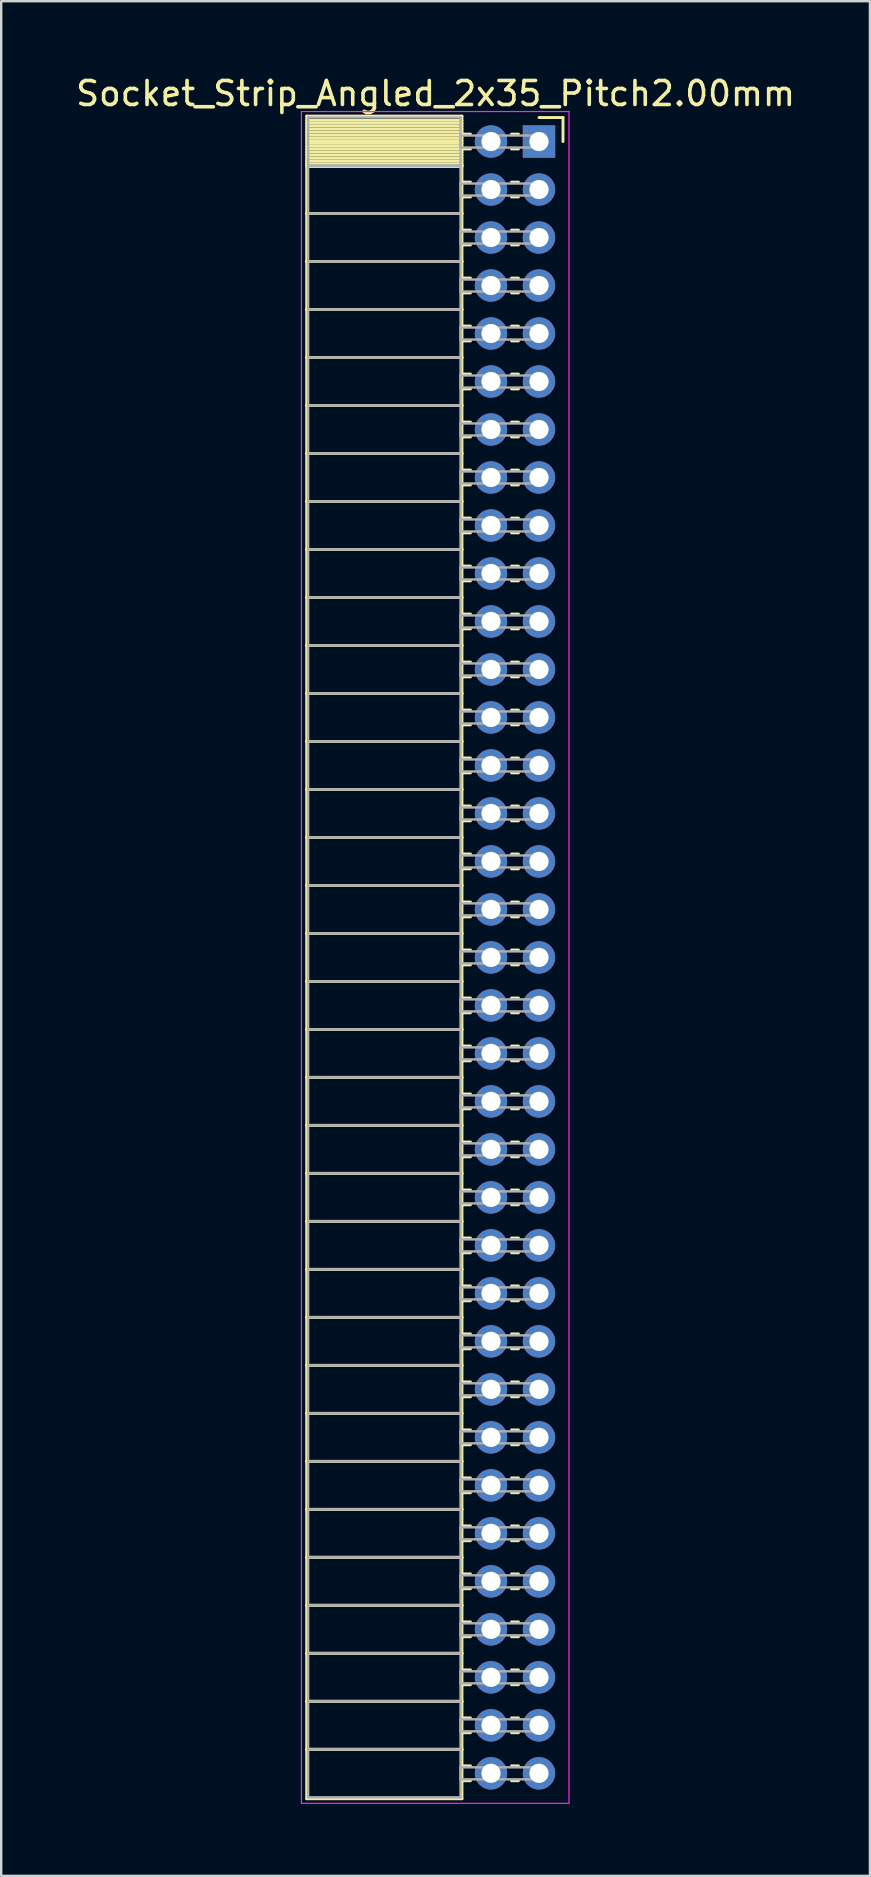
<source format=kicad_pcb>
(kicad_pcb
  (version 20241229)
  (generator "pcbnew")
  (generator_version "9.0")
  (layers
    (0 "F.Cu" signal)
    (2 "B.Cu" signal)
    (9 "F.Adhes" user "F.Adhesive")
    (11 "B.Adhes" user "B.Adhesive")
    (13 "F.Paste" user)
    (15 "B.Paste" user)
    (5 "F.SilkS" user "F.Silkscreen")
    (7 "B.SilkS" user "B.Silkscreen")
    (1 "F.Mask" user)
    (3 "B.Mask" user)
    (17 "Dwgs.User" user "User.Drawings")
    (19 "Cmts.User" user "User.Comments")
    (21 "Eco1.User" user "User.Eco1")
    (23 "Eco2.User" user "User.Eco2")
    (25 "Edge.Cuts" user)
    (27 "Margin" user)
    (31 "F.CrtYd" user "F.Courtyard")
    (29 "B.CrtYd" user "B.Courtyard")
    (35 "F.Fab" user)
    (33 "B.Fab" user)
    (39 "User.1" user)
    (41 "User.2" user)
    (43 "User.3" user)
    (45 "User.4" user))
  (footprint "Socket_Strip_Angled_2x35_Pitch2.00mm"
    (layer "F.Cu")
    (at 19.411 2.848)
    (property "Reference" "Socket_Strip_Angled_2x35_Pitch2.00mm" (at -4.31 -2 0) (layer "F.SilkS") (effects (font (size 1 1) (thickness 0.15))))
    (attr through_hole)
    (fp_line (start -9.68 -1.06) (end -3.21 -1.06) (stroke (width 0.12) (type solid)) (layer "F.SilkS"))
    (fp_line (start -9.68 1) (end -9.68 -1.06) (stroke (width 0.12) (type solid)) (layer "F.SilkS"))
    (fp_line (start -9.68 1) (end -3.21 1) (stroke (width 0.12) (type solid)) (layer "F.SilkS"))
    (fp_line (start -9.68 3) (end -9.68 1) (stroke (width 0.12) (type solid)) (layer "F.SilkS"))
    (fp_line (start -9.68 3) (end -3.21 3) (stroke (width 0.12) (type solid)) (layer "F.SilkS"))
    (fp_line (start -9.68 5) (end -9.68 3) (stroke (width 0.12) (type solid)) (layer "F.SilkS"))
    (fp_line (start -9.68 5) (end -3.21 5) (stroke (width 0.12) (type solid)) (layer "F.SilkS"))
    (fp_line (start -9.68 7) (end -9.68 5) (stroke (width 0.12) (type solid)) (layer "F.SilkS"))
    (fp_line (start -9.68 7) (end -3.21 7) (stroke (width 0.12) (type solid)) (layer "F.SilkS"))
    (fp_line (start -9.68 9) (end -9.68 7) (stroke (width 0.12) (type solid)) (layer "F.SilkS"))
    (fp_line (start -9.68 9) (end -3.21 9) (stroke (width 0.12) (type solid)) (layer "F.SilkS"))
    (fp_line (start -9.68 11) (end -9.68 9) (stroke (width 0.12) (type solid)) (layer "F.SilkS"))
    (fp_line (start -9.68 11) (end -3.21 11) (stroke (width 0.12) (type solid)) (layer "F.SilkS"))
    (fp_line (start -9.68 13) (end -9.68 11) (stroke (width 0.12) (type solid)) (layer "F.SilkS"))
    (fp_line (start -9.68 13) (end -3.21 13) (stroke (width 0.12) (type solid)) (layer "F.SilkS"))
    (fp_line (start -9.68 15) (end -9.68 13) (stroke (width 0.12) (type solid)) (layer "F.SilkS"))
    (fp_line (start -9.68 15) (end -3.21 15) (stroke (width 0.12) (type solid)) (layer "F.SilkS"))
    (fp_line (start -9.68 17) (end -9.68 15) (stroke (width 0.12) (type solid)) (layer "F.SilkS"))
    (fp_line (start -9.68 17) (end -3.21 17) (stroke (width 0.12) (type solid)) (layer "F.SilkS"))
    (fp_line (start -9.68 19) (end -9.68 17) (stroke (width 0.12) (type solid)) (layer "F.SilkS"))
    (fp_line (start -9.68 19) (end -3.21 19) (stroke (width 0.12) (type solid)) (layer "F.SilkS"))
    (fp_line (start -9.68 21) (end -9.68 19) (stroke (width 0.12) (type solid)) (layer "F.SilkS"))
    (fp_line (start -9.68 21) (end -3.21 21) (stroke (width 0.12) (type solid)) (layer "F.SilkS"))
    (fp_line (start -9.68 23) (end -9.68 21) (stroke (width 0.12) (type solid)) (layer "F.SilkS"))
    (fp_line (start -9.68 23) (end -3.21 23) (stroke (width 0.12) (type solid)) (layer "F.SilkS"))
    (fp_line (start -9.68 25) (end -9.68 23) (stroke (width 0.12) (type solid)) (layer "F.SilkS"))
    (fp_line (start -9.68 25) (end -3.21 25) (stroke (width 0.12) (type solid)) (layer "F.SilkS"))
    (fp_line (start -9.68 27) (end -9.68 25) (stroke (width 0.12) (type solid)) (layer "F.SilkS"))
    (fp_line (start -9.68 27) (end -3.21 27) (stroke (width 0.12) (type solid)) (layer "F.SilkS"))
    (fp_line (start -9.68 29) (end -9.68 27) (stroke (width 0.12) (type solid)) (layer "F.SilkS"))
    (fp_line (start -9.68 29) (end -3.21 29) (stroke (width 0.12) (type solid)) (layer "F.SilkS"))
    (fp_line (start -9.68 31) (end -9.68 29) (stroke (width 0.12) (type solid)) (layer "F.SilkS"))
    (fp_line (start -9.68 31) (end -3.21 31) (stroke (width 0.12) (type solid)) (layer "F.SilkS"))
    (fp_line (start -9.68 33) (end -9.68 31) (stroke (width 0.12) (type solid)) (layer "F.SilkS"))
    (fp_line (start -9.68 33) (end -3.21 33) (stroke (width 0.12) (type solid)) (layer "F.SilkS"))
    (fp_line (start -9.68 35) (end -9.68 33) (stroke (width 0.12) (type solid)) (layer "F.SilkS"))
    (fp_line (start -9.68 35) (end -3.21 35) (stroke (width 0.12) (type solid)) (layer "F.SilkS"))
    (fp_line (start -9.68 37) (end -9.68 35) (stroke (width 0.12) (type solid)) (layer "F.SilkS"))
    (fp_line (start -9.68 37) (end -3.21 37) (stroke (width 0.12) (type solid)) (layer "F.SilkS"))
    (fp_line (start -9.68 39) (end -9.68 37) (stroke (width 0.12) (type solid)) (layer "F.SilkS"))
    (fp_line (start -9.68 39) (end -3.21 39) (stroke (width 0.12) (type solid)) (layer "F.SilkS"))
    (fp_line (start -9.68 41) (end -9.68 39) (stroke (width 0.12) (type solid)) (layer "F.SilkS"))
    (fp_line (start -9.68 41) (end -3.21 41) (stroke (width 0.12) (type solid)) (layer "F.SilkS"))
    (fp_line (start -9.68 43) (end -9.68 41) (stroke (width 0.12) (type solid)) (layer "F.SilkS"))
    (fp_line (start -9.68 43) (end -3.21 43) (stroke (width 0.12) (type solid)) (layer "F.SilkS"))
    (fp_line (start -9.68 45) (end -9.68 43) (stroke (width 0.12) (type solid)) (layer "F.SilkS"))
    (fp_line (start -9.68 45) (end -3.21 45) (stroke (width 0.12) (type solid)) (layer "F.SilkS"))
    (fp_line (start -9.68 47) (end -9.68 45) (stroke (width 0.12) (type solid)) (layer "F.SilkS"))
    (fp_line (start -9.68 47) (end -3.21 47) (stroke (width 0.12) (type solid)) (layer "F.SilkS"))
    (fp_line (start -9.68 49) (end -9.68 47) (stroke (width 0.12) (type solid)) (layer "F.SilkS"))
    (fp_line (start -9.68 49) (end -3.21 49) (stroke (width 0.12) (type solid)) (layer "F.SilkS"))
    (fp_line (start -9.68 51) (end -9.68 49) (stroke (width 0.12) (type solid)) (layer "F.SilkS"))
    (fp_line (start -9.68 51) (end -3.21 51) (stroke (width 0.12) (type solid)) (layer "F.SilkS"))
    (fp_line (start -9.68 53) (end -9.68 51) (stroke (width 0.12) (type solid)) (layer "F.SilkS"))
    (fp_line (start -9.68 53) (end -3.21 53) (stroke (width 0.12) (type solid)) (layer "F.SilkS"))
    (fp_line (start -9.68 55) (end -9.68 53) (stroke (width 0.12) (type solid)) (layer "F.SilkS"))
    (fp_line (start -9.68 55) (end -3.21 55) (stroke (width 0.12) (type solid)) (layer "F.SilkS"))
    (fp_line (start -9.68 57) (end -9.68 55) (stroke (width 0.12) (type solid)) (layer "F.SilkS"))
    (fp_line (start -9.68 57) (end -3.21 57) (stroke (width 0.12) (type solid)) (layer "F.SilkS"))
    (fp_line (start -9.68 59) (end -9.68 57) (stroke (width 0.12) (type solid)) (layer "F.SilkS"))
    (fp_line (start -9.68 59) (end -3.21 59) (stroke (width 0.12) (type solid)) (layer "F.SilkS"))
    (fp_line (start -9.68 61) (end -9.68 59) (stroke (width 0.12) (type solid)) (layer "F.SilkS"))
    (fp_line (start -9.68 61) (end -3.21 61) (stroke (width 0.12) (type solid)) (layer "F.SilkS"))
    (fp_line (start -9.68 63) (end -9.68 61) (stroke (width 0.12) (type solid)) (layer "F.SilkS"))
    (fp_line (start -9.68 63) (end -3.21 63) (stroke (width 0.12) (type solid)) (layer "F.SilkS"))
    (fp_line (start -9.68 65) (end -9.68 63) (stroke (width 0.12) (type solid)) (layer "F.SilkS"))
    (fp_line (start -9.68 65) (end -3.21 65) (stroke (width 0.12) (type solid)) (layer "F.SilkS"))
    (fp_line (start -9.68 67) (end -9.68 65) (stroke (width 0.12) (type solid)) (layer "F.SilkS"))
    (fp_line (start -9.68 67) (end -3.21 67) (stroke (width 0.12) (type solid)) (layer "F.SilkS"))
    (fp_line (start -9.68 69.06) (end -9.68 67) (stroke (width 0.12) (type solid)) (layer "F.SilkS"))
    (fp_line (start -3.21 -1.06) (end -3.21 1) (stroke (width 0.12) (type solid)) (layer "F.SilkS"))
    (fp_line (start -3.21 -0.88) (end -9.68 -0.88) (stroke (width 0.12) (type solid)) (layer "F.SilkS"))
    (fp_line (start -3.21 -0.76) (end -9.68 -0.76) (stroke (width 0.12) (type solid)) (layer "F.SilkS"))
    (fp_line (start -3.21 -0.64) (end -9.68 -0.64) (stroke (width 0.12) (type solid)) (layer "F.SilkS"))
    (fp_line (start -3.21 -0.52) (end -9.68 -0.52) (stroke (width 0.12) (type solid)) (layer "F.SilkS"))
    (fp_line (start -3.21 -0.4) (end -9.68 -0.4) (stroke (width 0.12) (type solid)) (layer "F.SilkS"))
    (fp_line (start -3.21 -0.28) (end -9.68 -0.28) (stroke (width 0.12) (type solid)) (layer "F.SilkS"))
    (fp_line (start -3.21 -0.16) (end -9.68 -0.16) (stroke (width 0.12) (type solid)) (layer "F.SilkS"))
    (fp_line (start -3.21 -0.04) (end -9.68 -0.04) (stroke (width 0.12) (type solid)) (layer "F.SilkS"))
    (fp_line (start -3.21 0.08) (end -9.68 0.08) (stroke (width 0.12) (type solid)) (layer "F.SilkS"))
    (fp_line (start -3.21 0.2) (end -9.68 0.2) (stroke (width 0.12) (type solid)) (layer "F.SilkS"))
    (fp_line (start -3.21 0.32) (end -9.68 0.32) (stroke (width 0.12) (type solid)) (layer "F.SilkS"))
    (fp_line (start -3.21 0.44) (end -9.68 0.44) (stroke (width 0.12) (type solid)) (layer "F.SilkS"))
    (fp_line (start -3.21 0.56) (end -9.68 0.56) (stroke (width 0.12) (type solid)) (layer "F.SilkS"))
    (fp_line (start -3.21 0.68) (end -9.68 0.68) (stroke (width 0.12) (type solid)) (layer "F.SilkS"))
    (fp_line (start -3.21 0.8) (end -9.68 0.8) (stroke (width 0.12) (type solid)) (layer "F.SilkS"))
    (fp_line (start -3.21 0.92) (end -9.68 0.92) (stroke (width 0.12) (type solid)) (layer "F.SilkS"))
    (fp_line (start -3.21 1) (end -9.68 1) (stroke (width 0.12) (type solid)) (layer "F.SilkS"))
    (fp_line (start -3.21 1) (end -3.21 3) (stroke (width 0.12) (type solid)) (layer "F.SilkS"))
    (fp_line (start -3.21 1.04) (end -9.68 1.04) (stroke (width 0.12) (type solid)) (layer "F.SilkS"))
    (fp_line (start -3.21 3) (end -9.68 3) (stroke (width 0.12) (type solid)) (layer "F.SilkS"))
    (fp_line (start -3.21 3) (end -3.21 5) (stroke (width 0.12) (type solid)) (layer "F.SilkS"))
    (fp_line (start -3.21 5) (end -9.68 5) (stroke (width 0.12) (type solid)) (layer "F.SilkS"))
    (fp_line (start -3.21 5) (end -3.21 7) (stroke (width 0.12) (type solid)) (layer "F.SilkS"))
    (fp_line (start -3.21 7) (end -9.68 7) (stroke (width 0.12) (type solid)) (layer "F.SilkS"))
    (fp_line (start -3.21 7) (end -3.21 9) (stroke (width 0.12) (type solid)) (layer "F.SilkS"))
    (fp_line (start -3.21 9) (end -9.68 9) (stroke (width 0.12) (type solid)) (layer "F.SilkS"))
    (fp_line (start -3.21 9) (end -3.21 11) (stroke (width 0.12) (type solid)) (layer "F.SilkS"))
    (fp_line (start -3.21 11) (end -9.68 11) (stroke (width 0.12) (type solid)) (layer "F.SilkS"))
    (fp_line (start -3.21 11) (end -3.21 13) (stroke (width 0.12) (type solid)) (layer "F.SilkS"))
    (fp_line (start -3.21 13) (end -9.68 13) (stroke (width 0.12) (type solid)) (layer "F.SilkS"))
    (fp_line (start -3.21 13) (end -3.21 15) (stroke (width 0.12) (type solid)) (layer "F.SilkS"))
    (fp_line (start -3.21 15) (end -9.68 15) (stroke (width 0.12) (type solid)) (layer "F.SilkS"))
    (fp_line (start -3.21 15) (end -3.21 17) (stroke (width 0.12) (type solid)) (layer "F.SilkS"))
    (fp_line (start -3.21 17) (end -9.68 17) (stroke (width 0.12) (type solid)) (layer "F.SilkS"))
    (fp_line (start -3.21 17) (end -3.21 19) (stroke (width 0.12) (type solid)) (layer "F.SilkS"))
    (fp_line (start -3.21 19) (end -9.68 19) (stroke (width 0.12) (type solid)) (layer "F.SilkS"))
    (fp_line (start -3.21 19) (end -3.21 21) (stroke (width 0.12) (type solid)) (layer "F.SilkS"))
    (fp_line (start -3.21 21) (end -9.68 21) (stroke (width 0.12) (type solid)) (layer "F.SilkS"))
    (fp_line (start -3.21 21) (end -3.21 23) (stroke (width 0.12) (type solid)) (layer "F.SilkS"))
    (fp_line (start -3.21 23) (end -9.68 23) (stroke (width 0.12) (type solid)) (layer "F.SilkS"))
    (fp_line (start -3.21 23) (end -3.21 25) (stroke (width 0.12) (type solid)) (layer "F.SilkS"))
    (fp_line (start -3.21 25) (end -9.68 25) (stroke (width 0.12) (type solid)) (layer "F.SilkS"))
    (fp_line (start -3.21 25) (end -3.21 27) (stroke (width 0.12) (type solid)) (layer "F.SilkS"))
    (fp_line (start -3.21 27) (end -9.68 27) (stroke (width 0.12) (type solid)) (layer "F.SilkS"))
    (fp_line (start -3.21 27) (end -3.21 29) (stroke (width 0.12) (type solid)) (layer "F.SilkS"))
    (fp_line (start -3.21 29) (end -9.68 29) (stroke (width 0.12) (type solid)) (layer "F.SilkS"))
    (fp_line (start -3.21 29) (end -3.21 31) (stroke (width 0.12) (type solid)) (layer "F.SilkS"))
    (fp_line (start -3.21 31) (end -9.68 31) (stroke (width 0.12) (type solid)) (layer "F.SilkS"))
    (fp_line (start -3.21 31) (end -3.21 33) (stroke (width 0.12) (type solid)) (layer "F.SilkS"))
    (fp_line (start -3.21 33) (end -9.68 33) (stroke (width 0.12) (type solid)) (layer "F.SilkS"))
    (fp_line (start -3.21 33) (end -3.21 35) (stroke (width 0.12) (type solid)) (layer "F.SilkS"))
    (fp_line (start -3.21 35) (end -9.68 35) (stroke (width 0.12) (type solid)) (layer "F.SilkS"))
    (fp_line (start -3.21 35) (end -3.21 37) (stroke (width 0.12) (type solid)) (layer "F.SilkS"))
    (fp_line (start -3.21 37) (end -9.68 37) (stroke (width 0.12) (type solid)) (layer "F.SilkS"))
    (fp_line (start -3.21 37) (end -3.21 39) (stroke (width 0.12) (type solid)) (layer "F.SilkS"))
    (fp_line (start -3.21 39) (end -9.68 39) (stroke (width 0.12) (type solid)) (layer "F.SilkS"))
    (fp_line (start -3.21 39) (end -3.21 41) (stroke (width 0.12) (type solid)) (layer "F.SilkS"))
    (fp_line (start -3.21 41) (end -9.68 41) (stroke (width 0.12) (type solid)) (layer "F.SilkS"))
    (fp_line (start -3.21 41) (end -3.21 43) (stroke (width 0.12) (type solid)) (layer "F.SilkS"))
    (fp_line (start -3.21 43) (end -9.68 43) (stroke (width 0.12) (type solid)) (layer "F.SilkS"))
    (fp_line (start -3.21 43) (end -3.21 45) (stroke (width 0.12) (type solid)) (layer "F.SilkS"))
    (fp_line (start -3.21 45) (end -9.68 45) (stroke (width 0.12) (type solid)) (layer "F.SilkS"))
    (fp_line (start -3.21 45) (end -3.21 47) (stroke (width 0.12) (type solid)) (layer "F.SilkS"))
    (fp_line (start -3.21 47) (end -9.68 47) (stroke (width 0.12) (type solid)) (layer "F.SilkS"))
    (fp_line (start -3.21 47) (end -3.21 49) (stroke (width 0.12) (type solid)) (layer "F.SilkS"))
    (fp_line (start -3.21 49) (end -9.68 49) (stroke (width 0.12) (type solid)) (layer "F.SilkS"))
    (fp_line (start -3.21 49) (end -3.21 51) (stroke (width 0.12) (type solid)) (layer "F.SilkS"))
    (fp_line (start -3.21 51) (end -9.68 51) (stroke (width 0.12) (type solid)) (layer "F.SilkS"))
    (fp_line (start -3.21 51) (end -3.21 53) (stroke (width 0.12) (type solid)) (layer "F.SilkS"))
    (fp_line (start -3.21 53) (end -9.68 53) (stroke (width 0.12) (type solid)) (layer "F.SilkS"))
    (fp_line (start -3.21 53) (end -3.21 55) (stroke (width 0.12) (type solid)) (layer "F.SilkS"))
    (fp_line (start -3.21 55) (end -9.68 55) (stroke (width 0.12) (type solid)) (layer "F.SilkS"))
    (fp_line (start -3.21 55) (end -3.21 57) (stroke (width 0.12) (type solid)) (layer "F.SilkS"))
    (fp_line (start -3.21 57) (end -9.68 57) (stroke (width 0.12) (type solid)) (layer "F.SilkS"))
    (fp_line (start -3.21 57) (end -3.21 59) (stroke (width 0.12) (type solid)) (layer "F.SilkS"))
    (fp_line (start -3.21 59) (end -9.68 59) (stroke (width 0.12) (type solid)) (layer "F.SilkS"))
    (fp_line (start -3.21 59) (end -3.21 61) (stroke (width 0.12) (type solid)) (layer "F.SilkS"))
    (fp_line (start -3.21 61) (end -9.68 61) (stroke (width 0.12) (type solid)) (layer "F.SilkS"))
    (fp_line (start -3.21 61) (end -3.21 63) (stroke (width 0.12) (type solid)) (layer "F.SilkS"))
    (fp_line (start -3.21 63) (end -9.68 63) (stroke (width 0.12) (type solid)) (layer "F.SilkS"))
    (fp_line (start -3.21 63) (end -3.21 65) (stroke (width 0.12) (type solid)) (layer "F.SilkS"))
    (fp_line (start -3.21 65) (end -9.68 65) (stroke (width 0.12) (type solid)) (layer "F.SilkS"))
    (fp_line (start -3.21 65) (end -3.21 67) (stroke (width 0.12) (type solid)) (layer "F.SilkS"))
    (fp_line (start -3.21 67) (end -9.68 67) (stroke (width 0.12) (type solid)) (layer "F.SilkS"))
    (fp_line (start -3.21 67) (end -3.21 69.06) (stroke (width 0.12) (type solid)) (layer "F.SilkS"))
    (fp_line (start -3.21 69.06) (end -9.68 69.06) (stroke (width 0.12) (type solid)) (layer "F.SilkS"))
    (fp_line (start -2.855 -0.31) (end -3.21 -0.31) (stroke (width 0.12) (type solid)) (layer "F.SilkS"))
    (fp_line (start -2.855 0.31) (end -3.21 0.31) (stroke (width 0.12) (type solid)) (layer "F.SilkS"))
    (fp_line (start -2.855 1.69) (end -3.21 1.69) (stroke (width 0.12) (type solid)) (layer "F.SilkS"))
    (fp_line (start -2.855 2.31) (end -3.21 2.31) (stroke (width 0.12) (type solid)) (layer "F.SilkS"))
    (fp_line (start -2.855 3.69) (end -3.21 3.69) (stroke (width 0.12) (type solid)) (layer "F.SilkS"))
    (fp_line (start -2.855 4.31) (end -3.21 4.31) (stroke (width 0.12) (type solid)) (layer "F.SilkS"))
    (fp_line (start -2.855 5.69) (end -3.21 5.69) (stroke (width 0.12) (type solid)) (layer "F.SilkS"))
    (fp_line (start -2.855 6.31) (end -3.21 6.31) (stroke (width 0.12) (type solid)) (layer "F.SilkS"))
    (fp_line (start -2.855 7.69) (end -3.21 7.69) (stroke (width 0.12) (type solid)) (layer "F.SilkS"))
    (fp_line (start -2.855 8.31) (end -3.21 8.31) (stroke (width 0.12) (type solid)) (layer "F.SilkS"))
    (fp_line (start -2.855 9.69) (end -3.21 9.69) (stroke (width 0.12) (type solid)) (layer "F.SilkS"))
    (fp_line (start -2.855 10.31) (end -3.21 10.31) (stroke (width 0.12) (type solid)) (layer "F.SilkS"))
    (fp_line (start -2.855 11.69) (end -3.21 11.69) (stroke (width 0.12) (type solid)) (layer "F.SilkS"))
    (fp_line (start -2.855 12.31) (end -3.21 12.31) (stroke (width 0.12) (type solid)) (layer "F.SilkS"))
    (fp_line (start -2.855 13.69) (end -3.21 13.69) (stroke (width 0.12) (type solid)) (layer "F.SilkS"))
    (fp_line (start -2.855 14.31) (end -3.21 14.31) (stroke (width 0.12) (type solid)) (layer "F.SilkS"))
    (fp_line (start -2.855 15.69) (end -3.21 15.69) (stroke (width 0.12) (type solid)) (layer "F.SilkS"))
    (fp_line (start -2.855 16.31) (end -3.21 16.31) (stroke (width 0.12) (type solid)) (layer "F.SilkS"))
    (fp_line (start -2.855 17.69) (end -3.21 17.69) (stroke (width 0.12) (type solid)) (layer "F.SilkS"))
    (fp_line (start -2.855 18.31) (end -3.21 18.31) (stroke (width 0.12) (type solid)) (layer "F.SilkS"))
    (fp_line (start -2.855 19.69) (end -3.21 19.69) (stroke (width 0.12) (type solid)) (layer "F.SilkS"))
    (fp_line (start -2.855 20.31) (end -3.21 20.31) (stroke (width 0.12) (type solid)) (layer "F.SilkS"))
    (fp_line (start -2.855 21.69) (end -3.21 21.69) (stroke (width 0.12) (type solid)) (layer "F.SilkS"))
    (fp_line (start -2.855 22.31) (end -3.21 22.31) (stroke (width 0.12) (type solid)) (layer "F.SilkS"))
    (fp_line (start -2.855 23.69) (end -3.21 23.69) (stroke (width 0.12) (type solid)) (layer "F.SilkS"))
    (fp_line (start -2.855 24.31) (end -3.21 24.31) (stroke (width 0.12) (type solid)) (layer "F.SilkS"))
    (fp_line (start -2.855 25.69) (end -3.21 25.69) (stroke (width 0.12) (type solid)) (layer "F.SilkS"))
    (fp_line (start -2.855 26.31) (end -3.21 26.31) (stroke (width 0.12) (type solid)) (layer "F.SilkS"))
    (fp_line (start -2.855 27.69) (end -3.21 27.69) (stroke (width 0.12) (type solid)) (layer "F.SilkS"))
    (fp_line (start -2.855 28.31) (end -3.21 28.31) (stroke (width 0.12) (type solid)) (layer "F.SilkS"))
    (fp_line (start -2.855 29.69) (end -3.21 29.69) (stroke (width 0.12) (type solid)) (layer "F.SilkS"))
    (fp_line (start -2.855 30.31) (end -3.21 30.31) (stroke (width 0.12) (type solid)) (layer "F.SilkS"))
    (fp_line (start -2.855 31.69) (end -3.21 31.69) (stroke (width 0.12) (type solid)) (layer "F.SilkS"))
    (fp_line (start -2.855 32.31) (end -3.21 32.31) (stroke (width 0.12) (type solid)) (layer "F.SilkS"))
    (fp_line (start -2.855 33.69) (end -3.21 33.69) (stroke (width 0.12) (type solid)) (layer "F.SilkS"))
    (fp_line (start -2.855 34.31) (end -3.21 34.31) (stroke (width 0.12) (type solid)) (layer "F.SilkS"))
    (fp_line (start -2.855 35.69) (end -3.21 35.69) (stroke (width 0.12) (type solid)) (layer "F.SilkS"))
    (fp_line (start -2.855 36.31) (end -3.21 36.31) (stroke (width 0.12) (type solid)) (layer "F.SilkS"))
    (fp_line (start -2.855 37.69) (end -3.21 37.69) (stroke (width 0.12) (type solid)) (layer "F.SilkS"))
    (fp_line (start -2.855 38.31) (end -3.21 38.31) (stroke (width 0.12) (type solid)) (layer "F.SilkS"))
    (fp_line (start -2.855 39.69) (end -3.21 39.69) (stroke (width 0.12) (type solid)) (layer "F.SilkS"))
    (fp_line (start -2.855 40.31) (end -3.21 40.31) (stroke (width 0.12) (type solid)) (layer "F.SilkS"))
    (fp_line (start -2.855 41.69) (end -3.21 41.69) (stroke (width 0.12) (type solid)) (layer "F.SilkS"))
    (fp_line (start -2.855 42.31) (end -3.21 42.31) (stroke (width 0.12) (type solid)) (layer "F.SilkS"))
    (fp_line (start -2.855 43.69) (end -3.21 43.69) (stroke (width 0.12) (type solid)) (layer "F.SilkS"))
    (fp_line (start -2.855 44.31) (end -3.21 44.31) (stroke (width 0.12) (type solid)) (layer "F.SilkS"))
    (fp_line (start -2.855 45.69) (end -3.21 45.69) (stroke (width 0.12) (type solid)) (layer "F.SilkS"))
    (fp_line (start -2.855 46.31) (end -3.21 46.31) (stroke (width 0.12) (type solid)) (layer "F.SilkS"))
    (fp_line (start -2.855 47.69) (end -3.21 47.69) (stroke (width 0.12) (type solid)) (layer "F.SilkS"))
    (fp_line (start -2.855 48.31) (end -3.21 48.31) (stroke (width 0.12) (type solid)) (layer "F.SilkS"))
    (fp_line (start -2.855 49.69) (end -3.21 49.69) (stroke (width 0.12) (type solid)) (layer "F.SilkS"))
    (fp_line (start -2.855 50.31) (end -3.21 50.31) (stroke (width 0.12) (type solid)) (layer "F.SilkS"))
    (fp_line (start -2.855 51.69) (end -3.21 51.69) (stroke (width 0.12) (type solid)) (layer "F.SilkS"))
    (fp_line (start -2.855 52.31) (end -3.21 52.31) (stroke (width 0.12) (type solid)) (layer "F.SilkS"))
    (fp_line (start -2.855 53.69) (end -3.21 53.69) (stroke (width 0.12) (type solid)) (layer "F.SilkS"))
    (fp_line (start -2.855 54.31) (end -3.21 54.31) (stroke (width 0.12) (type solid)) (layer "F.SilkS"))
    (fp_line (start -2.855 55.69) (end -3.21 55.69) (stroke (width 0.12) (type solid)) (layer "F.SilkS"))
    (fp_line (start -2.855 56.31) (end -3.21 56.31) (stroke (width 0.12) (type solid)) (layer "F.SilkS"))
    (fp_line (start -2.855 57.69) (end -3.21 57.69) (stroke (width 0.12) (type solid)) (layer "F.SilkS"))
    (fp_line (start -2.855 58.31) (end -3.21 58.31) (stroke (width 0.12) (type solid)) (layer "F.SilkS"))
    (fp_line (start -2.855 59.69) (end -3.21 59.69) (stroke (width 0.12) (type solid)) (layer "F.SilkS"))
    (fp_line (start -2.855 60.31) (end -3.21 60.31) (stroke (width 0.12) (type solid)) (layer "F.SilkS"))
    (fp_line (start -2.855 61.69) (end -3.21 61.69) (stroke (width 0.12) (type solid)) (layer "F.SilkS"))
    (fp_line (start -2.855 62.31) (end -3.21 62.31) (stroke (width 0.12) (type solid)) (layer "F.SilkS"))
    (fp_line (start -2.855 63.69) (end -3.21 63.69) (stroke (width 0.12) (type solid)) (layer "F.SilkS"))
    (fp_line (start -2.855 64.31) (end -3.21 64.31) (stroke (width 0.12) (type solid)) (layer "F.SilkS"))
    (fp_line (start -2.855 65.69) (end -3.21 65.69) (stroke (width 0.12) (type solid)) (layer "F.SilkS"))
    (fp_line (start -2.855 66.31) (end -3.21 66.31) (stroke (width 0.12) (type solid)) (layer "F.SilkS"))
    (fp_line (start -2.855 67.69) (end -3.21 67.69) (stroke (width 0.12) (type solid)) (layer "F.SilkS"))
    (fp_line (start -2.855 68.31) (end -3.21 68.31) (stroke (width 0.12) (type solid)) (layer "F.SilkS"))
    (fp_line (start -0.855 -0.31) (end -1.145 -0.31) (stroke (width 0.12) (type solid)) (layer "F.SilkS"))
    (fp_line (start -0.855 0.31) (end -1.145 0.31) (stroke (width 0.12) (type solid)) (layer "F.SilkS"))
    (fp_line (start -0.855 1.69) (end -1.145 1.69) (stroke (width 0.12) (type solid)) (layer "F.SilkS"))
    (fp_line (start -0.855 2.31) (end -1.145 2.31) (stroke (width 0.12) (type solid)) (layer "F.SilkS"))
    (fp_line (start -0.855 3.69) (end -1.145 3.69) (stroke (width 0.12) (type solid)) (layer "F.SilkS"))
    (fp_line (start -0.855 4.31) (end -1.145 4.31) (stroke (width 0.12) (type solid)) (layer "F.SilkS"))
    (fp_line (start -0.855 5.69) (end -1.145 5.69) (stroke (width 0.12) (type solid)) (layer "F.SilkS"))
    (fp_line (start -0.855 6.31) (end -1.145 6.31) (stroke (width 0.12) (type solid)) (layer "F.SilkS"))
    (fp_line (start -0.855 7.69) (end -1.145 7.69) (stroke (width 0.12) (type solid)) (layer "F.SilkS"))
    (fp_line (start -0.855 8.31) (end -1.145 8.31) (stroke (width 0.12) (type solid)) (layer "F.SilkS"))
    (fp_line (start -0.855 9.69) (end -1.145 9.69) (stroke (width 0.12) (type solid)) (layer "F.SilkS"))
    (fp_line (start -0.855 10.31) (end -1.145 10.31) (stroke (width 0.12) (type solid)) (layer "F.SilkS"))
    (fp_line (start -0.855 11.69) (end -1.145 11.69) (stroke (width 0.12) (type solid)) (layer "F.SilkS"))
    (fp_line (start -0.855 12.31) (end -1.145 12.31) (stroke (width 0.12) (type solid)) (layer "F.SilkS"))
    (fp_line (start -0.855 13.69) (end -1.145 13.69) (stroke (width 0.12) (type solid)) (layer "F.SilkS"))
    (fp_line (start -0.855 14.31) (end -1.145 14.31) (stroke (width 0.12) (type solid)) (layer "F.SilkS"))
    (fp_line (start -0.855 15.69) (end -1.145 15.69) (stroke (width 0.12) (type solid)) (layer "F.SilkS"))
    (fp_line (start -0.855 16.31) (end -1.145 16.31) (stroke (width 0.12) (type solid)) (layer "F.SilkS"))
    (fp_line (start -0.855 17.69) (end -1.145 17.69) (stroke (width 0.12) (type solid)) (layer "F.SilkS"))
    (fp_line (start -0.855 18.31) (end -1.145 18.31) (stroke (width 0.12) (type solid)) (layer "F.SilkS"))
    (fp_line (start -0.855 19.69) (end -1.145 19.69) (stroke (width 0.12) (type solid)) (layer "F.SilkS"))
    (fp_line (start -0.855 20.31) (end -1.145 20.31) (stroke (width 0.12) (type solid)) (layer "F.SilkS"))
    (fp_line (start -0.855 21.69) (end -1.145 21.69) (stroke (width 0.12) (type solid)) (layer "F.SilkS"))
    (fp_line (start -0.855 22.31) (end -1.145 22.31) (stroke (width 0.12) (type solid)) (layer "F.SilkS"))
    (fp_line (start -0.855 23.69) (end -1.145 23.69) (stroke (width 0.12) (type solid)) (layer "F.SilkS"))
    (fp_line (start -0.855 24.31) (end -1.145 24.31) (stroke (width 0.12) (type solid)) (layer "F.SilkS"))
    (fp_line (start -0.855 25.69) (end -1.145 25.69) (stroke (width 0.12) (type solid)) (layer "F.SilkS"))
    (fp_line (start -0.855 26.31) (end -1.145 26.31) (stroke (width 0.12) (type solid)) (layer "F.SilkS"))
    (fp_line (start -0.855 27.69) (end -1.145 27.69) (stroke (width 0.12) (type solid)) (layer "F.SilkS"))
    (fp_line (start -0.855 28.31) (end -1.145 28.31) (stroke (width 0.12) (type solid)) (layer "F.SilkS"))
    (fp_line (start -0.855 29.69) (end -1.145 29.69) (stroke (width 0.12) (type solid)) (layer "F.SilkS"))
    (fp_line (start -0.855 30.31) (end -1.145 30.31) (stroke (width 0.12) (type solid)) (layer "F.SilkS"))
    (fp_line (start -0.855 31.69) (end -1.145 31.69) (stroke (width 0.12) (type solid)) (layer "F.SilkS"))
    (fp_line (start -0.855 32.31) (end -1.145 32.31) (stroke (width 0.12) (type solid)) (layer "F.SilkS"))
    (fp_line (start -0.855 33.69) (end -1.145 33.69) (stroke (width 0.12) (type solid)) (layer "F.SilkS"))
    (fp_line (start -0.855 34.31) (end -1.145 34.31) (stroke (width 0.12) (type solid)) (layer "F.SilkS"))
    (fp_line (start -0.855 35.69) (end -1.145 35.69) (stroke (width 0.12) (type solid)) (layer "F.SilkS"))
    (fp_line (start -0.855 36.31) (end -1.145 36.31) (stroke (width 0.12) (type solid)) (layer "F.SilkS"))
    (fp_line (start -0.855 37.69) (end -1.145 37.69) (stroke (width 0.12) (type solid)) (layer "F.SilkS"))
    (fp_line (start -0.855 38.31) (end -1.145 38.31) (stroke (width 0.12) (type solid)) (layer "F.SilkS"))
    (fp_line (start -0.855 39.69) (end -1.145 39.69) (stroke (width 0.12) (type solid)) (layer "F.SilkS"))
    (fp_line (start -0.855 40.31) (end -1.145 40.31) (stroke (width 0.12) (type solid)) (layer "F.SilkS"))
    (fp_line (start -0.855 41.69) (end -1.145 41.69) (stroke (width 0.12) (type solid)) (layer "F.SilkS"))
    (fp_line (start -0.855 42.31) (end -1.145 42.31) (stroke (width 0.12) (type solid)) (layer "F.SilkS"))
    (fp_line (start -0.855 43.69) (end -1.145 43.69) (stroke (width 0.12) (type solid)) (layer "F.SilkS"))
    (fp_line (start -0.855 44.31) (end -1.145 44.31) (stroke (width 0.12) (type solid)) (layer "F.SilkS"))
    (fp_line (start -0.855 45.69) (end -1.145 45.69) (stroke (width 0.12) (type solid)) (layer "F.SilkS"))
    (fp_line (start -0.855 46.31) (end -1.145 46.31) (stroke (width 0.12) (type solid)) (layer "F.SilkS"))
    (fp_line (start -0.855 47.69) (end -1.145 47.69) (stroke (width 0.12) (type solid)) (layer "F.SilkS"))
    (fp_line (start -0.855 48.31) (end -1.145 48.31) (stroke (width 0.12) (type solid)) (layer "F.SilkS"))
    (fp_line (start -0.855 49.69) (end -1.145 49.69) (stroke (width 0.12) (type solid)) (layer "F.SilkS"))
    (fp_line (start -0.855 50.31) (end -1.145 50.31) (stroke (width 0.12) (type solid)) (layer "F.SilkS"))
    (fp_line (start -0.855 51.69) (end -1.145 51.69) (stroke (width 0.12) (type solid)) (layer "F.SilkS"))
    (fp_line (start -0.855 52.31) (end -1.145 52.31) (stroke (width 0.12) (type solid)) (layer "F.SilkS"))
    (fp_line (start -0.855 53.69) (end -1.145 53.69) (stroke (width 0.12) (type solid)) (layer "F.SilkS"))
    (fp_line (start -0.855 54.31) (end -1.145 54.31) (stroke (width 0.12) (type solid)) (layer "F.SilkS"))
    (fp_line (start -0.855 55.69) (end -1.145 55.69) (stroke (width 0.12) (type solid)) (layer "F.SilkS"))
    (fp_line (start -0.855 56.31) (end -1.145 56.31) (stroke (width 0.12) (type solid)) (layer "F.SilkS"))
    (fp_line (start -0.855 57.69) (end -1.145 57.69) (stroke (width 0.12) (type solid)) (layer "F.SilkS"))
    (fp_line (start -0.855 58.31) (end -1.145 58.31) (stroke (width 0.12) (type solid)) (layer "F.SilkS"))
    (fp_line (start -0.855 59.69) (end -1.145 59.69) (stroke (width 0.12) (type solid)) (layer "F.SilkS"))
    (fp_line (start -0.855 60.31) (end -1.145 60.31) (stroke (width 0.12) (type solid)) (layer "F.SilkS"))
    (fp_line (start -0.855 61.69) (end -1.145 61.69) (stroke (width 0.12) (type solid)) (layer "F.SilkS"))
    (fp_line (start -0.855 62.31) (end -1.145 62.31) (stroke (width 0.12) (type solid)) (layer "F.SilkS"))
    (fp_line (start -0.855 63.69) (end -1.145 63.69) (stroke (width 0.12) (type solid)) (layer "F.SilkS"))
    (fp_line (start -0.855 64.31) (end -1.145 64.31) (stroke (width 0.12) (type solid)) (layer "F.SilkS"))
    (fp_line (start -0.855 65.69) (end -1.145 65.69) (stroke (width 0.12) (type solid)) (layer "F.SilkS"))
    (fp_line (start -0.855 66.31) (end -1.145 66.31) (stroke (width 0.12) (type solid)) (layer "F.SilkS"))
    (fp_line (start -0.855 67.69) (end -1.145 67.69) (stroke (width 0.12) (type solid)) (layer "F.SilkS"))
    (fp_line (start -0.855 68.31) (end -1.145 68.31) (stroke (width 0.12) (type solid)) (layer "F.SilkS"))
    (fp_line (start 0 -1) (end 1 -1) (stroke (width 0.12) (type solid)) (layer "F.SilkS"))
    (fp_line (start 1 -1) (end 1 0) (stroke (width 0.12) (type solid)) (layer "F.SilkS"))
    (fp_line (start -9.9 -1.25) (end 1.25 -1.25) (stroke (width 0.05) (type solid)) (layer "F.CrtYd"))
    (fp_line (start -9.9 69.25) (end -9.9 -1.25) (stroke (width 0.05) (type solid)) (layer "F.CrtYd"))
    (fp_line (start 1.25 -1.25) (end 1.25 69.25) (stroke (width 0.05) (type solid)) (layer "F.CrtYd"))
    (fp_line (start 1.25 69.25) (end -9.9 69.25) (stroke (width 0.05) (type solid)) (layer "F.CrtYd"))
    (fp_line (start -9.62 -1) (end -3.27 -1) (stroke (width 0.1) (type solid)) (layer "F.Fab"))
    (fp_line (start -9.62 1) (end -9.62 -1) (stroke (width 0.1) (type solid)) (layer "F.Fab"))
    (fp_line (start -9.62 1) (end -3.27 1) (stroke (width 0.1) (type solid)) (layer "F.Fab"))
    (fp_line (start -9.62 3) (end -9.62 1) (stroke (width 0.1) (type solid)) (layer "F.Fab"))
    (fp_line (start -9.62 3) (end -3.27 3) (stroke (width 0.1) (type solid)) (layer "F.Fab"))
    (fp_line (start -9.62 5) (end -9.62 3) (stroke (width 0.1) (type solid)) (layer "F.Fab"))
    (fp_line (start -9.62 5) (end -3.27 5) (stroke (width 0.1) (type solid)) (layer "F.Fab"))
    (fp_line (start -9.62 7) (end -9.62 5) (stroke (width 0.1) (type solid)) (layer "F.Fab"))
    (fp_line (start -9.62 7) (end -3.27 7) (stroke (width 0.1) (type solid)) (layer "F.Fab"))
    (fp_line (start -9.62 9) (end -9.62 7) (stroke (width 0.1) (type solid)) (layer "F.Fab"))
    (fp_line (start -9.62 9) (end -3.27 9) (stroke (width 0.1) (type solid)) (layer "F.Fab"))
    (fp_line (start -9.62 11) (end -9.62 9) (stroke (width 0.1) (type solid)) (layer "F.Fab"))
    (fp_line (start -9.62 11) (end -3.27 11) (stroke (width 0.1) (type solid)) (layer "F.Fab"))
    (fp_line (start -9.62 13) (end -9.62 11) (stroke (width 0.1) (type solid)) (layer "F.Fab"))
    (fp_line (start -9.62 13) (end -3.27 13) (stroke (width 0.1) (type solid)) (layer "F.Fab"))
    (fp_line (start -9.62 15) (end -9.62 13) (stroke (width 0.1) (type solid)) (layer "F.Fab"))
    (fp_line (start -9.62 15) (end -3.27 15) (stroke (width 0.1) (type solid)) (layer "F.Fab"))
    (fp_line (start -9.62 17) (end -9.62 15) (stroke (width 0.1) (type solid)) (layer "F.Fab"))
    (fp_line (start -9.62 17) (end -3.27 17) (stroke (width 0.1) (type solid)) (layer "F.Fab"))
    (fp_line (start -9.62 19) (end -9.62 17) (stroke (width 0.1) (type solid)) (layer "F.Fab"))
    (fp_line (start -9.62 19) (end -3.27 19) (stroke (width 0.1) (type solid)) (layer "F.Fab"))
    (fp_line (start -9.62 21) (end -9.62 19) (stroke (width 0.1) (type solid)) (layer "F.Fab"))
    (fp_line (start -9.62 21) (end -3.27 21) (stroke (width 0.1) (type solid)) (layer "F.Fab"))
    (fp_line (start -9.62 23) (end -9.62 21) (stroke (width 0.1) (type solid)) (layer "F.Fab"))
    (fp_line (start -9.62 23) (end -3.27 23) (stroke (width 0.1) (type solid)) (layer "F.Fab"))
    (fp_line (start -9.62 25) (end -9.62 23) (stroke (width 0.1) (type solid)) (layer "F.Fab"))
    (fp_line (start -9.62 25) (end -3.27 25) (stroke (width 0.1) (type solid)) (layer "F.Fab"))
    (fp_line (start -9.62 27) (end -9.62 25) (stroke (width 0.1) (type solid)) (layer "F.Fab"))
    (fp_line (start -9.62 27) (end -3.27 27) (stroke (width 0.1) (type solid)) (layer "F.Fab"))
    (fp_line (start -9.62 29) (end -9.62 27) (stroke (width 0.1) (type solid)) (layer "F.Fab"))
    (fp_line (start -9.62 29) (end -3.27 29) (stroke (width 0.1) (type solid)) (layer "F.Fab"))
    (fp_line (start -9.62 31) (end -9.62 29) (stroke (width 0.1) (type solid)) (layer "F.Fab"))
    (fp_line (start -9.62 31) (end -3.27 31) (stroke (width 0.1) (type solid)) (layer "F.Fab"))
    (fp_line (start -9.62 33) (end -9.62 31) (stroke (width 0.1) (type solid)) (layer "F.Fab"))
    (fp_line (start -9.62 33) (end -3.27 33) (stroke (width 0.1) (type solid)) (layer "F.Fab"))
    (fp_line (start -9.62 35) (end -9.62 33) (stroke (width 0.1) (type solid)) (layer "F.Fab"))
    (fp_line (start -9.62 35) (end -3.27 35) (stroke (width 0.1) (type solid)) (layer "F.Fab"))
    (fp_line (start -9.62 37) (end -9.62 35) (stroke (width 0.1) (type solid)) (layer "F.Fab"))
    (fp_line (start -9.62 37) (end -3.27 37) (stroke (width 0.1) (type solid)) (layer "F.Fab"))
    (fp_line (start -9.62 39) (end -9.62 37) (stroke (width 0.1) (type solid)) (layer "F.Fab"))
    (fp_line (start -9.62 39) (end -3.27 39) (stroke (width 0.1) (type solid)) (layer "F.Fab"))
    (fp_line (start -9.62 41) (end -9.62 39) (stroke (width 0.1) (type solid)) (layer "F.Fab"))
    (fp_line (start -9.62 41) (end -3.27 41) (stroke (width 0.1) (type solid)) (layer "F.Fab"))
    (fp_line (start -9.62 43) (end -9.62 41) (stroke (width 0.1) (type solid)) (layer "F.Fab"))
    (fp_line (start -9.62 43) (end -3.27 43) (stroke (width 0.1) (type solid)) (layer "F.Fab"))
    (fp_line (start -9.62 45) (end -9.62 43) (stroke (width 0.1) (type solid)) (layer "F.Fab"))
    (fp_line (start -9.62 45) (end -3.27 45) (stroke (width 0.1) (type solid)) (layer "F.Fab"))
    (fp_line (start -9.62 47) (end -9.62 45) (stroke (width 0.1) (type solid)) (layer "F.Fab"))
    (fp_line (start -9.62 47) (end -3.27 47) (stroke (width 0.1) (type solid)) (layer "F.Fab"))
    (fp_line (start -9.62 49) (end -9.62 47) (stroke (width 0.1) (type solid)) (layer "F.Fab"))
    (fp_line (start -9.62 49) (end -3.27 49) (stroke (width 0.1) (type solid)) (layer "F.Fab"))
    (fp_line (start -9.62 51) (end -9.62 49) (stroke (width 0.1) (type solid)) (layer "F.Fab"))
    (fp_line (start -9.62 51) (end -3.27 51) (stroke (width 0.1) (type solid)) (layer "F.Fab"))
    (fp_line (start -9.62 53) (end -9.62 51) (stroke (width 0.1) (type solid)) (layer "F.Fab"))
    (fp_line (start -9.62 53) (end -3.27 53) (stroke (width 0.1) (type solid)) (layer "F.Fab"))
    (fp_line (start -9.62 55) (end -9.62 53) (stroke (width 0.1) (type solid)) (layer "F.Fab"))
    (fp_line (start -9.62 55) (end -3.27 55) (stroke (width 0.1) (type solid)) (layer "F.Fab"))
    (fp_line (start -9.62 57) (end -9.62 55) (stroke (width 0.1) (type solid)) (layer "F.Fab"))
    (fp_line (start -9.62 57) (end -3.27 57) (stroke (width 0.1) (type solid)) (layer "F.Fab"))
    (fp_line (start -9.62 59) (end -9.62 57) (stroke (width 0.1) (type solid)) (layer "F.Fab"))
    (fp_line (start -9.62 59) (end -3.27 59) (stroke (width 0.1) (type solid)) (layer "F.Fab"))
    (fp_line (start -9.62 61) (end -9.62 59) (stroke (width 0.1) (type solid)) (layer "F.Fab"))
    (fp_line (start -9.62 61) (end -3.27 61) (stroke (width 0.1) (type solid)) (layer "F.Fab"))
    (fp_line (start -9.62 63) (end -9.62 61) (stroke (width 0.1) (type solid)) (layer "F.Fab"))
    (fp_line (start -9.62 63) (end -3.27 63) (stroke (width 0.1) (type solid)) (layer "F.Fab"))
    (fp_line (start -9.62 65) (end -9.62 63) (stroke (width 0.1) (type solid)) (layer "F.Fab"))
    (fp_line (start -9.62 65) (end -3.27 65) (stroke (width 0.1) (type solid)) (layer "F.Fab"))
    (fp_line (start -9.62 67) (end -9.62 65) (stroke (width 0.1) (type solid)) (layer "F.Fab"))
    (fp_line (start -9.62 67) (end -3.27 67) (stroke (width 0.1) (type solid)) (layer "F.Fab"))
    (fp_line (start -9.62 69) (end -9.62 67) (stroke (width 0.1) (type solid)) (layer "F.Fab"))
    (fp_line (start -3.27 -1) (end -3.27 1) (stroke (width 0.1) (type solid)) (layer "F.Fab"))
    (fp_line (start -3.27 -0.25) (end 0 -0.25) (stroke (width 0.1) (type solid)) (layer "F.Fab"))
    (fp_line (start -3.27 0.25) (end -3.27 -0.25) (stroke (width 0.1) (type solid)) (layer "F.Fab"))
    (fp_line (start -3.27 1) (end -9.62 1) (stroke (width 0.1) (type solid)) (layer "F.Fab"))
    (fp_line (start -3.27 1) (end -3.27 3) (stroke (width 0.1) (type solid)) (layer "F.Fab"))
    (fp_line (start -3.27 1.75) (end 0 1.75) (stroke (width 0.1) (type solid)) (layer "F.Fab"))
    (fp_line (start -3.27 2.25) (end -3.27 1.75) (stroke (width 0.1) (type solid)) (layer "F.Fab"))
    (fp_line (start -3.27 3) (end -9.62 3) (stroke (width 0.1) (type solid)) (layer "F.Fab"))
    (fp_line (start -3.27 3) (end -3.27 5) (stroke (width 0.1) (type solid)) (layer "F.Fab"))
    (fp_line (start -3.27 3.75) (end 0 3.75) (stroke (width 0.1) (type solid)) (layer "F.Fab"))
    (fp_line (start -3.27 4.25) (end -3.27 3.75) (stroke (width 0.1) (type solid)) (layer "F.Fab"))
    (fp_line (start -3.27 5) (end -9.62 5) (stroke (width 0.1) (type solid)) (layer "F.Fab"))
    (fp_line (start -3.27 5) (end -3.27 7) (stroke (width 0.1) (type solid)) (layer "F.Fab"))
    (fp_line (start -3.27 5.75) (end 0 5.75) (stroke (width 0.1) (type solid)) (layer "F.Fab"))
    (fp_line (start -3.27 6.25) (end -3.27 5.75) (stroke (width 0.1) (type solid)) (layer "F.Fab"))
    (fp_line (start -3.27 7) (end -9.62 7) (stroke (width 0.1) (type solid)) (layer "F.Fab"))
    (fp_line (start -3.27 7) (end -3.27 9) (stroke (width 0.1) (type solid)) (layer "F.Fab"))
    (fp_line (start -3.27 7.75) (end 0 7.75) (stroke (width 0.1) (type solid)) (layer "F.Fab"))
    (fp_line (start -3.27 8.25) (end -3.27 7.75) (stroke (width 0.1) (type solid)) (layer "F.Fab"))
    (fp_line (start -3.27 9) (end -9.62 9) (stroke (width 0.1) (type solid)) (layer "F.Fab"))
    (fp_line (start -3.27 9) (end -3.27 11) (stroke (width 0.1) (type solid)) (layer "F.Fab"))
    (fp_line (start -3.27 9.75) (end 0 9.75) (stroke (width 0.1) (type solid)) (layer "F.Fab"))
    (fp_line (start -3.27 10.25) (end -3.27 9.75) (stroke (width 0.1) (type solid)) (layer "F.Fab"))
    (fp_line (start -3.27 11) (end -9.62 11) (stroke (width 0.1) (type solid)) (layer "F.Fab"))
    (fp_line (start -3.27 11) (end -3.27 13) (stroke (width 0.1) (type solid)) (layer "F.Fab"))
    (fp_line (start -3.27 11.75) (end 0 11.75) (stroke (width 0.1) (type solid)) (layer "F.Fab"))
    (fp_line (start -3.27 12.25) (end -3.27 11.75) (stroke (width 0.1) (type solid)) (layer "F.Fab"))
    (fp_line (start -3.27 13) (end -9.62 13) (stroke (width 0.1) (type solid)) (layer "F.Fab"))
    (fp_line (start -3.27 13) (end -3.27 15) (stroke (width 0.1) (type solid)) (layer "F.Fab"))
    (fp_line (start -3.27 13.75) (end 0 13.75) (stroke (width 0.1) (type solid)) (layer "F.Fab"))
    (fp_line (start -3.27 14.25) (end -3.27 13.75) (stroke (width 0.1) (type solid)) (layer "F.Fab"))
    (fp_line (start -3.27 15) (end -9.62 15) (stroke (width 0.1) (type solid)) (layer "F.Fab"))
    (fp_line (start -3.27 15) (end -3.27 17) (stroke (width 0.1) (type solid)) (layer "F.Fab"))
    (fp_line (start -3.27 15.75) (end 0 15.75) (stroke (width 0.1) (type solid)) (layer "F.Fab"))
    (fp_line (start -3.27 16.25) (end -3.27 15.75) (stroke (width 0.1) (type solid)) (layer "F.Fab"))
    (fp_line (start -3.27 17) (end -9.62 17) (stroke (width 0.1) (type solid)) (layer "F.Fab"))
    (fp_line (start -3.27 17) (end -3.27 19) (stroke (width 0.1) (type solid)) (layer "F.Fab"))
    (fp_line (start -3.27 17.75) (end 0 17.75) (stroke (width 0.1) (type solid)) (layer "F.Fab"))
    (fp_line (start -3.27 18.25) (end -3.27 17.75) (stroke (width 0.1) (type solid)) (layer "F.Fab"))
    (fp_line (start -3.27 19) (end -9.62 19) (stroke (width 0.1) (type solid)) (layer "F.Fab"))
    (fp_line (start -3.27 19) (end -3.27 21) (stroke (width 0.1) (type solid)) (layer "F.Fab"))
    (fp_line (start -3.27 19.75) (end 0 19.75) (stroke (width 0.1) (type solid)) (layer "F.Fab"))
    (fp_line (start -3.27 20.25) (end -3.27 19.75) (stroke (width 0.1) (type solid)) (layer "F.Fab"))
    (fp_line (start -3.27 21) (end -9.62 21) (stroke (width 0.1) (type solid)) (layer "F.Fab"))
    (fp_line (start -3.27 21) (end -3.27 23) (stroke (width 0.1) (type solid)) (layer "F.Fab"))
    (fp_line (start -3.27 21.75) (end 0 21.75) (stroke (width 0.1) (type solid)) (layer "F.Fab"))
    (fp_line (start -3.27 22.25) (end -3.27 21.75) (stroke (width 0.1) (type solid)) (layer "F.Fab"))
    (fp_line (start -3.27 23) (end -9.62 23) (stroke (width 0.1) (type solid)) (layer "F.Fab"))
    (fp_line (start -3.27 23) (end -3.27 25) (stroke (width 0.1) (type solid)) (layer "F.Fab"))
    (fp_line (start -3.27 23.75) (end 0 23.75) (stroke (width 0.1) (type solid)) (layer "F.Fab"))
    (fp_line (start -3.27 24.25) (end -3.27 23.75) (stroke (width 0.1) (type solid)) (layer "F.Fab"))
    (fp_line (start -3.27 25) (end -9.62 25) (stroke (width 0.1) (type solid)) (layer "F.Fab"))
    (fp_line (start -3.27 25) (end -3.27 27) (stroke (width 0.1) (type solid)) (layer "F.Fab"))
    (fp_line (start -3.27 25.75) (end 0 25.75) (stroke (width 0.1) (type solid)) (layer "F.Fab"))
    (fp_line (start -3.27 26.25) (end -3.27 25.75) (stroke (width 0.1) (type solid)) (layer "F.Fab"))
    (fp_line (start -3.27 27) (end -9.62 27) (stroke (width 0.1) (type solid)) (layer "F.Fab"))
    (fp_line (start -3.27 27) (end -3.27 29) (stroke (width 0.1) (type solid)) (layer "F.Fab"))
    (fp_line (start -3.27 27.75) (end 0 27.75) (stroke (width 0.1) (type solid)) (layer "F.Fab"))
    (fp_line (start -3.27 28.25) (end -3.27 27.75) (stroke (width 0.1) (type solid)) (layer "F.Fab"))
    (fp_line (start -3.27 29) (end -9.62 29) (stroke (width 0.1) (type solid)) (layer "F.Fab"))
    (fp_line (start -3.27 29) (end -3.27 31) (stroke (width 0.1) (type solid)) (layer "F.Fab"))
    (fp_line (start -3.27 29.75) (end 0 29.75) (stroke (width 0.1) (type solid)) (layer "F.Fab"))
    (fp_line (start -3.27 30.25) (end -3.27 29.75) (stroke (width 0.1) (type solid)) (layer "F.Fab"))
    (fp_line (start -3.27 31) (end -9.62 31) (stroke (width 0.1) (type solid)) (layer "F.Fab"))
    (fp_line (start -3.27 31) (end -3.27 33) (stroke (width 0.1) (type solid)) (layer "F.Fab"))
    (fp_line (start -3.27 31.75) (end 0 31.75) (stroke (width 0.1) (type solid)) (layer "F.Fab"))
    (fp_line (start -3.27 32.25) (end -3.27 31.75) (stroke (width 0.1) (type solid)) (layer "F.Fab"))
    (fp_line (start -3.27 33) (end -9.62 33) (stroke (width 0.1) (type solid)) (layer "F.Fab"))
    (fp_line (start -3.27 33) (end -3.27 35) (stroke (width 0.1) (type solid)) (layer "F.Fab"))
    (fp_line (start -3.27 33.75) (end 0 33.75) (stroke (width 0.1) (type solid)) (layer "F.Fab"))
    (fp_line (start -3.27 34.25) (end -3.27 33.75) (stroke (width 0.1) (type solid)) (layer "F.Fab"))
    (fp_line (start -3.27 35) (end -9.62 35) (stroke (width 0.1) (type solid)) (layer "F.Fab"))
    (fp_line (start -3.27 35) (end -3.27 37) (stroke (width 0.1) (type solid)) (layer "F.Fab"))
    (fp_line (start -3.27 35.75) (end 0 35.75) (stroke (width 0.1) (type solid)) (layer "F.Fab"))
    (fp_line (start -3.27 36.25) (end -3.27 35.75) (stroke (width 0.1) (type solid)) (layer "F.Fab"))
    (fp_line (start -3.27 37) (end -9.62 37) (stroke (width 0.1) (type solid)) (layer "F.Fab"))
    (fp_line (start -3.27 37) (end -3.27 39) (stroke (width 0.1) (type solid)) (layer "F.Fab"))
    (fp_line (start -3.27 37.75) (end 0 37.75) (stroke (width 0.1) (type solid)) (layer "F.Fab"))
    (fp_line (start -3.27 38.25) (end -3.27 37.75) (stroke (width 0.1) (type solid)) (layer "F.Fab"))
    (fp_line (start -3.27 39) (end -9.62 39) (stroke (width 0.1) (type solid)) (layer "F.Fab"))
    (fp_line (start -3.27 39) (end -3.27 41) (stroke (width 0.1) (type solid)) (layer "F.Fab"))
    (fp_line (start -3.27 39.75) (end 0 39.75) (stroke (width 0.1) (type solid)) (layer "F.Fab"))
    (fp_line (start -3.27 40.25) (end -3.27 39.75) (stroke (width 0.1) (type solid)) (layer "F.Fab"))
    (fp_line (start -3.27 41) (end -9.62 41) (stroke (width 0.1) (type solid)) (layer "F.Fab"))
    (fp_line (start -3.27 41) (end -3.27 43) (stroke (width 0.1) (type solid)) (layer "F.Fab"))
    (fp_line (start -3.27 41.75) (end 0 41.75) (stroke (width 0.1) (type solid)) (layer "F.Fab"))
    (fp_line (start -3.27 42.25) (end -3.27 41.75) (stroke (width 0.1) (type solid)) (layer "F.Fab"))
    (fp_line (start -3.27 43) (end -9.62 43) (stroke (width 0.1) (type solid)) (layer "F.Fab"))
    (fp_line (start -3.27 43) (end -3.27 45) (stroke (width 0.1) (type solid)) (layer "F.Fab"))
    (fp_line (start -3.27 43.75) (end 0 43.75) (stroke (width 0.1) (type solid)) (layer "F.Fab"))
    (fp_line (start -3.27 44.25) (end -3.27 43.75) (stroke (width 0.1) (type solid)) (layer "F.Fab"))
    (fp_line (start -3.27 45) (end -9.62 45) (stroke (width 0.1) (type solid)) (layer "F.Fab"))
    (fp_line (start -3.27 45) (end -3.27 47) (stroke (width 0.1) (type solid)) (layer "F.Fab"))
    (fp_line (start -3.27 45.75) (end 0 45.75) (stroke (width 0.1) (type solid)) (layer "F.Fab"))
    (fp_line (start -3.27 46.25) (end -3.27 45.75) (stroke (width 0.1) (type solid)) (layer "F.Fab"))
    (fp_line (start -3.27 47) (end -9.62 47) (stroke (width 0.1) (type solid)) (layer "F.Fab"))
    (fp_line (start -3.27 47) (end -3.27 49) (stroke (width 0.1) (type solid)) (layer "F.Fab"))
    (fp_line (start -3.27 47.75) (end 0 47.75) (stroke (width 0.1) (type solid)) (layer "F.Fab"))
    (fp_line (start -3.27 48.25) (end -3.27 47.75) (stroke (width 0.1) (type solid)) (layer "F.Fab"))
    (fp_line (start -3.27 49) (end -9.62 49) (stroke (width 0.1) (type solid)) (layer "F.Fab"))
    (fp_line (start -3.27 49) (end -3.27 51) (stroke (width 0.1) (type solid)) (layer "F.Fab"))
    (fp_line (start -3.27 49.75) (end 0 49.75) (stroke (width 0.1) (type solid)) (layer "F.Fab"))
    (fp_line (start -3.27 50.25) (end -3.27 49.75) (stroke (width 0.1) (type solid)) (layer "F.Fab"))
    (fp_line (start -3.27 51) (end -9.62 51) (stroke (width 0.1) (type solid)) (layer "F.Fab"))
    (fp_line (start -3.27 51) (end -3.27 53) (stroke (width 0.1) (type solid)) (layer "F.Fab"))
    (fp_line (start -3.27 51.75) (end 0 51.75) (stroke (width 0.1) (type solid)) (layer "F.Fab"))
    (fp_line (start -3.27 52.25) (end -3.27 51.75) (stroke (width 0.1) (type solid)) (layer "F.Fab"))
    (fp_line (start -3.27 53) (end -9.62 53) (stroke (width 0.1) (type solid)) (layer "F.Fab"))
    (fp_line (start -3.27 53) (end -3.27 55) (stroke (width 0.1) (type solid)) (layer "F.Fab"))
    (fp_line (start -3.27 53.75) (end 0 53.75) (stroke (width 0.1) (type solid)) (layer "F.Fab"))
    (fp_line (start -3.27 54.25) (end -3.27 53.75) (stroke (width 0.1) (type solid)) (layer "F.Fab"))
    (fp_line (start -3.27 55) (end -9.62 55) (stroke (width 0.1) (type solid)) (layer "F.Fab"))
    (fp_line (start -3.27 55) (end -3.27 57) (stroke (width 0.1) (type solid)) (layer "F.Fab"))
    (fp_line (start -3.27 55.75) (end 0 55.75) (stroke (width 0.1) (type solid)) (layer "F.Fab"))
    (fp_line (start -3.27 56.25) (end -3.27 55.75) (stroke (width 0.1) (type solid)) (layer "F.Fab"))
    (fp_line (start -3.27 57) (end -9.62 57) (stroke (width 0.1) (type solid)) (layer "F.Fab"))
    (fp_line (start -3.27 57) (end -3.27 59) (stroke (width 0.1) (type solid)) (layer "F.Fab"))
    (fp_line (start -3.27 57.75) (end 0 57.75) (stroke (width 0.1) (type solid)) (layer "F.Fab"))
    (fp_line (start -3.27 58.25) (end -3.27 57.75) (stroke (width 0.1) (type solid)) (layer "F.Fab"))
    (fp_line (start -3.27 59) (end -9.62 59) (stroke (width 0.1) (type solid)) (layer "F.Fab"))
    (fp_line (start -3.27 59) (end -3.27 61) (stroke (width 0.1) (type solid)) (layer "F.Fab"))
    (fp_line (start -3.27 59.75) (end 0 59.75) (stroke (width 0.1) (type solid)) (layer "F.Fab"))
    (fp_line (start -3.27 60.25) (end -3.27 59.75) (stroke (width 0.1) (type solid)) (layer "F.Fab"))
    (fp_line (start -3.27 61) (end -9.62 61) (stroke (width 0.1) (type solid)) (layer "F.Fab"))
    (fp_line (start -3.27 61) (end -3.27 63) (stroke (width 0.1) (type solid)) (layer "F.Fab"))
    (fp_line (start -3.27 61.75) (end 0 61.75) (stroke (width 0.1) (type solid)) (layer "F.Fab"))
    (fp_line (start -3.27 62.25) (end -3.27 61.75) (stroke (width 0.1) (type solid)) (layer "F.Fab"))
    (fp_line (start -3.27 63) (end -9.62 63) (stroke (width 0.1) (type solid)) (layer "F.Fab"))
    (fp_line (start -3.27 63) (end -3.27 65) (stroke (width 0.1) (type solid)) (layer "F.Fab"))
    (fp_line (start -3.27 63.75) (end 0 63.75) (stroke (width 0.1) (type solid)) (layer "F.Fab"))
    (fp_line (start -3.27 64.25) (end -3.27 63.75) (stroke (width 0.1) (type solid)) (layer "F.Fab"))
    (fp_line (start -3.27 65) (end -9.62 65) (stroke (width 0.1) (type solid)) (layer "F.Fab"))
    (fp_line (start -3.27 65) (end -3.27 67) (stroke (width 0.1) (type solid)) (layer "F.Fab"))
    (fp_line (start -3.27 65.75) (end 0 65.75) (stroke (width 0.1) (type solid)) (layer "F.Fab"))
    (fp_line (start -3.27 66.25) (end -3.27 65.75) (stroke (width 0.1) (type solid)) (layer "F.Fab"))
    (fp_line (start -3.27 67) (end -9.62 67) (stroke (width 0.1) (type solid)) (layer "F.Fab"))
    (fp_line (start -3.27 67) (end -3.27 69) (stroke (width 0.1) (type solid)) (layer "F.Fab"))
    (fp_line (start -3.27 67.75) (end 0 67.75) (stroke (width 0.1) (type solid)) (layer "F.Fab"))
    (fp_line (start -3.27 68.25) (end -3.27 67.75) (stroke (width 0.1) (type solid)) (layer "F.Fab"))
    (fp_line (start -3.27 69) (end -9.62 69) (stroke (width 0.1) (type solid)) (layer "F.Fab"))
    (fp_line (start 0 -0.25) (end 0 0.25) (stroke (width 0.1) (type solid)) (layer "F.Fab"))
    (fp_line (start 0 0.25) (end -3.27 0.25) (stroke (width 0.1) (type solid)) (layer "F.Fab"))
    (fp_line (start 0 1.75) (end 0 2.25) (stroke (width 0.1) (type solid)) (layer "F.Fab"))
    (fp_line (start 0 2.25) (end -3.27 2.25) (stroke (width 0.1) (type solid)) (layer "F.Fab"))
    (fp_line (start 0 3.75) (end 0 4.25) (stroke (width 0.1) (type solid)) (layer "F.Fab"))
    (fp_line (start 0 4.25) (end -3.27 4.25) (stroke (width 0.1) (type solid)) (layer "F.Fab"))
    (fp_line (start 0 5.75) (end 0 6.25) (stroke (width 0.1) (type solid)) (layer "F.Fab"))
    (fp_line (start 0 6.25) (end -3.27 6.25) (stroke (width 0.1) (type solid)) (layer "F.Fab"))
    (fp_line (start 0 7.75) (end 0 8.25) (stroke (width 0.1) (type solid)) (layer "F.Fab"))
    (fp_line (start 0 8.25) (end -3.27 8.25) (stroke (width 0.1) (type solid)) (layer "F.Fab"))
    (fp_line (start 0 9.75) (end 0 10.25) (stroke (width 0.1) (type solid)) (layer "F.Fab"))
    (fp_line (start 0 10.25) (end -3.27 10.25) (stroke (width 0.1) (type solid)) (layer "F.Fab"))
    (fp_line (start 0 11.75) (end 0 12.25) (stroke (width 0.1) (type solid)) (layer "F.Fab"))
    (fp_line (start 0 12.25) (end -3.27 12.25) (stroke (width 0.1) (type solid)) (layer "F.Fab"))
    (fp_line (start 0 13.75) (end 0 14.25) (stroke (width 0.1) (type solid)) (layer "F.Fab"))
    (fp_line (start 0 14.25) (end -3.27 14.25) (stroke (width 0.1) (type solid)) (layer "F.Fab"))
    (fp_line (start 0 15.75) (end 0 16.25) (stroke (width 0.1) (type solid)) (layer "F.Fab"))
    (fp_line (start 0 16.25) (end -3.27 16.25) (stroke (width 0.1) (type solid)) (layer "F.Fab"))
    (fp_line (start 0 17.75) (end 0 18.25) (stroke (width 0.1) (type solid)) (layer "F.Fab"))
    (fp_line (start 0 18.25) (end -3.27 18.25) (stroke (width 0.1) (type solid)) (layer "F.Fab"))
    (fp_line (start 0 19.75) (end 0 20.25) (stroke (width 0.1) (type solid)) (layer "F.Fab"))
    (fp_line (start 0 20.25) (end -3.27 20.25) (stroke (width 0.1) (type solid)) (layer "F.Fab"))
    (fp_line (start 0 21.75) (end 0 22.25) (stroke (width 0.1) (type solid)) (layer "F.Fab"))
    (fp_line (start 0 22.25) (end -3.27 22.25) (stroke (width 0.1) (type solid)) (layer "F.Fab"))
    (fp_line (start 0 23.75) (end 0 24.25) (stroke (width 0.1) (type solid)) (layer "F.Fab"))
    (fp_line (start 0 24.25) (end -3.27 24.25) (stroke (width 0.1) (type solid)) (layer "F.Fab"))
    (fp_line (start 0 25.75) (end 0 26.25) (stroke (width 0.1) (type solid)) (layer "F.Fab"))
    (fp_line (start 0 26.25) (end -3.27 26.25) (stroke (width 0.1) (type solid)) (layer "F.Fab"))
    (fp_line (start 0 27.75) (end 0 28.25) (stroke (width 0.1) (type solid)) (layer "F.Fab"))
    (fp_line (start 0 28.25) (end -3.27 28.25) (stroke (width 0.1) (type solid)) (layer "F.Fab"))
    (fp_line (start 0 29.75) (end 0 30.25) (stroke (width 0.1) (type solid)) (layer "F.Fab"))
    (fp_line (start 0 30.25) (end -3.27 30.25) (stroke (width 0.1) (type solid)) (layer "F.Fab"))
    (fp_line (start 0 31.75) (end 0 32.25) (stroke (width 0.1) (type solid)) (layer "F.Fab"))
    (fp_line (start 0 32.25) (end -3.27 32.25) (stroke (width 0.1) (type solid)) (layer "F.Fab"))
    (fp_line (start 0 33.75) (end 0 34.25) (stroke (width 0.1) (type solid)) (layer "F.Fab"))
    (fp_line (start 0 34.25) (end -3.27 34.25) (stroke (width 0.1) (type solid)) (layer "F.Fab"))
    (fp_line (start 0 35.75) (end 0 36.25) (stroke (width 0.1) (type solid)) (layer "F.Fab"))
    (fp_line (start 0 36.25) (end -3.27 36.25) (stroke (width 0.1) (type solid)) (layer "F.Fab"))
    (fp_line (start 0 37.75) (end 0 38.25) (stroke (width 0.1) (type solid)) (layer "F.Fab"))
    (fp_line (start 0 38.25) (end -3.27 38.25) (stroke (width 0.1) (type solid)) (layer "F.Fab"))
    (fp_line (start 0 39.75) (end 0 40.25) (stroke (width 0.1) (type solid)) (layer "F.Fab"))
    (fp_line (start 0 40.25) (end -3.27 40.25) (stroke (width 0.1) (type solid)) (layer "F.Fab"))
    (fp_line (start 0 41.75) (end 0 42.25) (stroke (width 0.1) (type solid)) (layer "F.Fab"))
    (fp_line (start 0 42.25) (end -3.27 42.25) (stroke (width 0.1) (type solid)) (layer "F.Fab"))
    (fp_line (start 0 43.75) (end 0 44.25) (stroke (width 0.1) (type solid)) (layer "F.Fab"))
    (fp_line (start 0 44.25) (end -3.27 44.25) (stroke (width 0.1) (type solid)) (layer "F.Fab"))
    (fp_line (start 0 45.75) (end 0 46.25) (stroke (width 0.1) (type solid)) (layer "F.Fab"))
    (fp_line (start 0 46.25) (end -3.27 46.25) (stroke (width 0.1) (type solid)) (layer "F.Fab"))
    (fp_line (start 0 47.75) (end 0 48.25) (stroke (width 0.1) (type solid)) (layer "F.Fab"))
    (fp_line (start 0 48.25) (end -3.27 48.25) (stroke (width 0.1) (type solid)) (layer "F.Fab"))
    (fp_line (start 0 49.75) (end 0 50.25) (stroke (width 0.1) (type solid)) (layer "F.Fab"))
    (fp_line (start 0 50.25) (end -3.27 50.25) (stroke (width 0.1) (type solid)) (layer "F.Fab"))
    (fp_line (start 0 51.75) (end 0 52.25) (stroke (width 0.1) (type solid)) (layer "F.Fab"))
    (fp_line (start 0 52.25) (end -3.27 52.25) (stroke (width 0.1) (type solid)) (layer "F.Fab"))
    (fp_line (start 0 53.75) (end 0 54.25) (stroke (width 0.1) (type solid)) (layer "F.Fab"))
    (fp_line (start 0 54.25) (end -3.27 54.25) (stroke (width 0.1) (type solid)) (layer "F.Fab"))
    (fp_line (start 0 55.75) (end 0 56.25) (stroke (width 0.1) (type solid)) (layer "F.Fab"))
    (fp_line (start 0 56.25) (end -3.27 56.25) (stroke (width 0.1) (type solid)) (layer "F.Fab"))
    (fp_line (start 0 57.75) (end 0 58.25) (stroke (width 0.1) (type solid)) (layer "F.Fab"))
    (fp_line (start 0 58.25) (end -3.27 58.25) (stroke (width 0.1) (type solid)) (layer "F.Fab"))
    (fp_line (start 0 59.75) (end 0 60.25) (stroke (width 0.1) (type solid)) (layer "F.Fab"))
    (fp_line (start 0 60.25) (end -3.27 60.25) (stroke (width 0.1) (type solid)) (layer "F.Fab"))
    (fp_line (start 0 61.75) (end 0 62.25) (stroke (width 0.1) (type solid)) (layer "F.Fab"))
    (fp_line (start 0 62.25) (end -3.27 62.25) (stroke (width 0.1) (type solid)) (layer "F.Fab"))
    (fp_line (start 0 63.75) (end 0 64.25) (stroke (width 0.1) (type solid)) (layer "F.Fab"))
    (fp_line (start 0 64.25) (end -3.27 64.25) (stroke (width 0.1) (type solid)) (layer "F.Fab"))
    (fp_line (start 0 65.75) (end 0 66.25) (stroke (width 0.1) (type solid)) (layer "F.Fab"))
    (fp_line (start 0 66.25) (end -3.27 66.25) (stroke (width 0.1) (type solid)) (layer "F.Fab"))
    (fp_line (start 0 67.75) (end 0 68.25) (stroke (width 0.1) (type solid)) (layer "F.Fab"))
    (fp_line (start 0 68.25) (end -3.27 68.25) (stroke (width 0.1) (type solid)) (layer "F.Fab"))
    (pad "1" thru_hole rect (at 0 0) (size 1.35 1.35) (drill 0.8) (layers "*.Cu" "*.Mask"))
    (pad "2" thru_hole oval (at -2 0) (size 1.35 1.35) (drill 0.8) (layers "*.Cu" "*.Mask"))
    (pad "3" thru_hole oval (at 0 2) (size 1.35 1.35) (drill 0.8) (layers "*.Cu" "*.Mask"))
    (pad "4" thru_hole oval (at -2 2) (size 1.35 1.35) (drill 0.8) (layers "*.Cu" "*.Mask"))
    (pad "5" thru_hole oval (at 0 4) (size 1.35 1.35) (drill 0.8) (layers "*.Cu" "*.Mask"))
    (pad "6" thru_hole oval (at -2 4) (size 1.35 1.35) (drill 0.8) (layers "*.Cu" "*.Mask"))
    (pad "7" thru_hole oval (at 0 6) (size 1.35 1.35) (drill 0.8) (layers "*.Cu" "*.Mask"))
    (pad "8" thru_hole oval (at -2 6) (size 1.35 1.35) (drill 0.8) (layers "*.Cu" "*.Mask"))
    (pad "9" thru_hole oval (at 0 8) (size 1.35 1.35) (drill 0.8) (layers "*.Cu" "*.Mask"))
    (pad "10" thru_hole oval (at -2 8) (size 1.35 1.35) (drill 0.8) (layers "*.Cu" "*.Mask"))
    (pad "11" thru_hole oval (at 0 10) (size 1.35 1.35) (drill 0.8) (layers "*.Cu" "*.Mask"))
    (pad "12" thru_hole oval (at -2 10) (size 1.35 1.35) (drill 0.8) (layers "*.Cu" "*.Mask"))
    (pad "13" thru_hole oval (at 0 12) (size 1.35 1.35) (drill 0.8) (layers "*.Cu" "*.Mask"))
    (pad "14" thru_hole oval (at -2 12) (size 1.35 1.35) (drill 0.8) (layers "*.Cu" "*.Mask"))
    (pad "15" thru_hole oval (at 0 14) (size 1.35 1.35) (drill 0.8) (layers "*.Cu" "*.Mask"))
    (pad "16" thru_hole oval (at -2 14) (size 1.35 1.35) (drill 0.8) (layers "*.Cu" "*.Mask"))
    (pad "17" thru_hole oval (at 0 16) (size 1.35 1.35) (drill 0.8) (layers "*.Cu" "*.Mask"))
    (pad "18" thru_hole oval (at -2 16) (size 1.35 1.35) (drill 0.8) (layers "*.Cu" "*.Mask"))
    (pad "19" thru_hole oval (at 0 18) (size 1.35 1.35) (drill 0.8) (layers "*.Cu" "*.Mask"))
    (pad "20" thru_hole oval (at -2 18) (size 1.35 1.35) (drill 0.8) (layers "*.Cu" "*.Mask"))
    (pad "21" thru_hole oval (at 0 20) (size 1.35 1.35) (drill 0.8) (layers "*.Cu" "*.Mask"))
    (pad "22" thru_hole oval (at -2 20) (size 1.35 1.35) (drill 0.8) (layers "*.Cu" "*.Mask"))
    (pad "23" thru_hole oval (at 0 22) (size 1.35 1.35) (drill 0.8) (layers "*.Cu" "*.Mask"))
    (pad "24" thru_hole oval (at -2 22) (size 1.35 1.35) (drill 0.8) (layers "*.Cu" "*.Mask"))
    (pad "25" thru_hole oval (at 0 24) (size 1.35 1.35) (drill 0.8) (layers "*.Cu" "*.Mask"))
    (pad "26" thru_hole oval (at -2 24) (size 1.35 1.35) (drill 0.8) (layers "*.Cu" "*.Mask"))
    (pad "27" thru_hole oval (at 0 26) (size 1.35 1.35) (drill 0.8) (layers "*.Cu" "*.Mask"))
    (pad "28" thru_hole oval (at -2 26) (size 1.35 1.35) (drill 0.8) (layers "*.Cu" "*.Mask"))
    (pad "29" thru_hole oval (at 0 28) (size 1.35 1.35) (drill 0.8) (layers "*.Cu" "*.Mask"))
    (pad "30" thru_hole oval (at -2 28) (size 1.35 1.35) (drill 0.8) (layers "*.Cu" "*.Mask"))
    (pad "31" thru_hole oval (at 0 30) (size 1.35 1.35) (drill 0.8) (layers "*.Cu" "*.Mask"))
    (pad "32" thru_hole oval (at -2 30) (size 1.35 1.35) (drill 0.8) (layers "*.Cu" "*.Mask"))
    (pad "33" thru_hole oval (at 0 32) (size 1.35 1.35) (drill 0.8) (layers "*.Cu" "*.Mask"))
    (pad "34" thru_hole oval (at -2 32) (size 1.35 1.35) (drill 0.8) (layers "*.Cu" "*.Mask"))
    (pad "35" thru_hole oval (at 0 34) (size 1.35 1.35) (drill 0.8) (layers "*.Cu" "*.Mask"))
    (pad "36" thru_hole oval (at -2 34) (size 1.35 1.35) (drill 0.8) (layers "*.Cu" "*.Mask"))
    (pad "37" thru_hole oval (at 0 36) (size 1.35 1.35) (drill 0.8) (layers "*.Cu" "*.Mask"))
    (pad "38" thru_hole oval (at -2 36) (size 1.35 1.35) (drill 0.8) (layers "*.Cu" "*.Mask"))
    (pad "39" thru_hole oval (at 0 38) (size 1.35 1.35) (drill 0.8) (layers "*.Cu" "*.Mask"))
    (pad "40" thru_hole oval (at -2 38) (size 1.35 1.35) (drill 0.8) (layers "*.Cu" "*.Mask"))
    (pad "41" thru_hole oval (at 0 40) (size 1.35 1.35) (drill 0.8) (layers "*.Cu" "*.Mask"))
    (pad "42" thru_hole oval (at -2 40) (size 1.35 1.35) (drill 0.8) (layers "*.Cu" "*.Mask"))
    (pad "43" thru_hole oval (at 0 42) (size 1.35 1.35) (drill 0.8) (layers "*.Cu" "*.Mask"))
    (pad "44" thru_hole oval (at -2 42) (size 1.35 1.35) (drill 0.8) (layers "*.Cu" "*.Mask"))
    (pad "45" thru_hole oval (at 0 44) (size 1.35 1.35) (drill 0.8) (layers "*.Cu" "*.Mask"))
    (pad "46" thru_hole oval (at -2 44) (size 1.35 1.35) (drill 0.8) (layers "*.Cu" "*.Mask"))
    (pad "47" thru_hole oval (at 0 46) (size 1.35 1.35) (drill 0.8) (layers "*.Cu" "*.Mask"))
    (pad "48" thru_hole oval (at -2 46) (size 1.35 1.35) (drill 0.8) (layers "*.Cu" "*.Mask"))
    (pad "49" thru_hole oval (at 0 48) (size 1.35 1.35) (drill 0.8) (layers "*.Cu" "*.Mask"))
    (pad "50" thru_hole oval (at -2 48) (size 1.35 1.35) (drill 0.8) (layers "*.Cu" "*.Mask"))
    (pad "51" thru_hole oval (at 0 50) (size 1.35 1.35) (drill 0.8) (layers "*.Cu" "*.Mask"))
    (pad "52" thru_hole oval (at -2 50) (size 1.35 1.35) (drill 0.8) (layers "*.Cu" "*.Mask"))
    (pad "53" thru_hole oval (at 0 52) (size 1.35 1.35) (drill 0.8) (layers "*.Cu" "*.Mask"))
    (pad "54" thru_hole oval (at -2 52) (size 1.35 1.35) (drill 0.8) (layers "*.Cu" "*.Mask"))
    (pad "55" thru_hole oval (at 0 54) (size 1.35 1.35) (drill 0.8) (layers "*.Cu" "*.Mask"))
    (pad "56" thru_hole oval (at -2 54) (size 1.35 1.35) (drill 0.8) (layers "*.Cu" "*.Mask"))
    (pad "57" thru_hole oval (at 0 56) (size 1.35 1.35) (drill 0.8) (layers "*.Cu" "*.Mask"))
    (pad "58" thru_hole oval (at -2 56) (size 1.35 1.35) (drill 0.8) (layers "*.Cu" "*.Mask"))
    (pad "59" thru_hole oval (at 0 58) (size 1.35 1.35) (drill 0.8) (layers "*.Cu" "*.Mask"))
    (pad "60" thru_hole oval (at -2 58) (size 1.35 1.35) (drill 0.8) (layers "*.Cu" "*.Mask"))
    (pad "61" thru_hole oval (at 0 60) (size 1.35 1.35) (drill 0.8) (layers "*.Cu" "*.Mask"))
    (pad "62" thru_hole oval (at -2 60) (size 1.35 1.35) (drill 0.8) (layers "*.Cu" "*.Mask"))
    (pad "63" thru_hole oval (at 0 62) (size 1.35 1.35) (drill 0.8) (layers "*.Cu" "*.Mask"))
    (pad "64" thru_hole oval (at -2 62) (size 1.35 1.35) (drill 0.8) (layers "*.Cu" "*.Mask"))
    (pad "65" thru_hole oval (at 0 64) (size 1.35 1.35) (drill 0.8) (layers "*.Cu" "*.Mask"))
    (pad "66" thru_hole oval (at -2 64) (size 1.35 1.35) (drill 0.8) (layers "*.Cu" "*.Mask"))
    (pad "67" thru_hole oval (at 0 66) (size 1.35 1.35) (drill 0.8) (layers "*.Cu" "*.Mask"))
    (pad "68" thru_hole oval (at -2 66) (size 1.35 1.35) (drill 0.8) (layers "*.Cu" "*.Mask"))
    (pad "69" thru_hole oval (at 0 68) (size 1.35 1.35) (drill 0.8) (layers "*.Cu" "*.Mask"))
    (pad "70" thru_hole oval (at -2 68) (size 1.35 1.35) (drill 0.8) (layers "*.Cu" "*.Mask")))
  (gr_rect
    (start -3 -3)
    (end 33.202 75.123)
    (stroke (width 0.1) (type default))
    (fill no)
    (layer "Edge.Cuts")))
</source>
